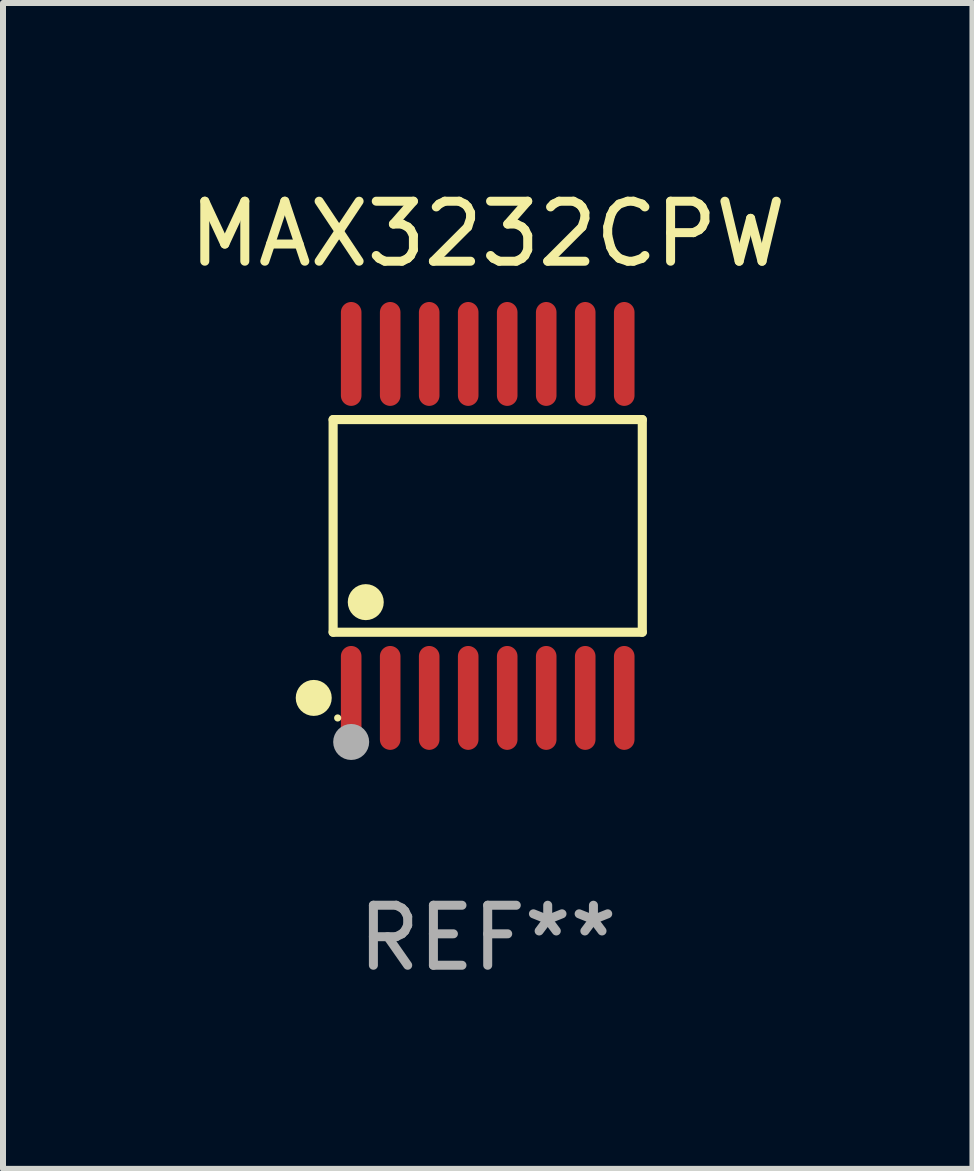
<source format=kicad_pcb>
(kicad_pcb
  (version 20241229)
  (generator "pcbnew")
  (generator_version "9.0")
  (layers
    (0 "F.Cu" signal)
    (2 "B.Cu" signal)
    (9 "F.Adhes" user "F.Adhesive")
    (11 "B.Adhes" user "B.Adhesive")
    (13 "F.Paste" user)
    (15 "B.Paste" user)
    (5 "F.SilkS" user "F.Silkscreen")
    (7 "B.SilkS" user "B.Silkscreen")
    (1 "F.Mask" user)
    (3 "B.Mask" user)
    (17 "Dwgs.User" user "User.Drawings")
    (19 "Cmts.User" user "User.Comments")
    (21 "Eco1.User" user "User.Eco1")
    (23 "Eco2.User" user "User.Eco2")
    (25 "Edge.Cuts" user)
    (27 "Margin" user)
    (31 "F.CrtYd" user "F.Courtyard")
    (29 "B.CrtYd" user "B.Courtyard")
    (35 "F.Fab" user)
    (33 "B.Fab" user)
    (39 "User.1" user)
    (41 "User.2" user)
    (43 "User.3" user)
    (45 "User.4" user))
  (footprint "MAX3232CPW"
    (layer "F.Cu")
    (at 5.077 5.714)
    (property "Reference" "MAX3232CPW" (at 0 -4.866 0) (layer "F.SilkS") (effects (font (size 1 1) (thickness 0.15))))
    (attr through_hole)
    (fp_line (start -2.576 -1.772) (end 2.576 -1.772) (stroke (width 0.152) (type solid)) (layer "F.SilkS"))
    (fp_line (start -2.576 1.771) (end -2.576 -1.772) (stroke (width 0.152) (type solid)) (layer "F.SilkS"))
    (fp_line (start 2.576 -1.772) (end 2.576 1.771) (stroke (width 0.152) (type solid)) (layer "F.SilkS"))
    (fp_line (start 2.576 1.771) (end -2.576 1.771) (stroke (width 0.152) (type solid)) (layer "F.SilkS"))
    (fp_circle (center -2.899 2.866) (end -2.749 2.866) (stroke (width 0.3) (type solid)) (fill no) (layer "F.SilkS"))
    (fp_circle (center -2.5 3.2) (end -2.47 3.2) (stroke (width 0.06) (type solid)) (fill no) (layer "F.SilkS"))
    (fp_circle (center -2.032 1.27) (end -1.882 1.27) (stroke (width 0.3) (type solid)) (fill no) (layer "F.SilkS"))
    (fp_circle (center -2.275 3.6) (end -2.125 3.6) (stroke (width 0.3) (type solid)) (fill no) (layer "F.Fab"))
    (fp_text user "REF**" (at 0 6.866 0) (layer "F.Fab") (effects (font (size 1 1) (thickness 0.15))))
    (pad "1" smd oval (at -2.275 2.866) (size 0.343 1.731) (layers "F.Cu" "F.Mask" "F.Paste"))
    (pad "2" smd oval (at -1.625 2.866) (size 0.343 1.731) (layers "F.Cu" "F.Mask" "F.Paste"))
    (pad "3" smd oval (at -0.975 2.866) (size 0.343 1.731) (layers "F.Cu" "F.Mask" "F.Paste"))
    (pad "4" smd oval (at -0.325 2.866) (size 0.343 1.731) (layers "F.Cu" "F.Mask" "F.Paste"))
    (pad "5" smd oval (at 0.325 2.866) (size 0.343 1.731) (layers "F.Cu" "F.Mask" "F.Paste"))
    (pad "6" smd oval (at 0.975 2.866) (size 0.343 1.731) (layers "F.Cu" "F.Mask" "F.Paste"))
    (pad "7" smd oval (at 1.625 2.866) (size 0.343 1.731) (layers "F.Cu" "F.Mask" "F.Paste"))
    (pad "8" smd oval (at 2.275 2.866) (size 0.343 1.731) (layers "F.Cu" "F.Mask" "F.Paste"))
    (pad "9" smd oval (at 2.275 -2.866) (size 0.343 1.731) (layers "F.Cu" "F.Mask" "F.Paste"))
    (pad "10" smd oval (at 1.625 -2.866) (size 0.343 1.731) (layers "F.Cu" "F.Mask" "F.Paste"))
    (pad "11" smd oval (at 0.975 -2.866) (size 0.343 1.731) (layers "F.Cu" "F.Mask" "F.Paste"))
    (pad "12" smd oval (at 0.325 -2.866) (size 0.343 1.731) (layers "F.Cu" "F.Mask" "F.Paste"))
    (pad "13" smd oval (at -0.325 -2.866) (size 0.343 1.731) (layers "F.Cu" "F.Mask" "F.Paste"))
    (pad "14" smd oval (at -0.975 -2.866) (size 0.343 1.731) (layers "F.Cu" "F.Mask" "F.Paste"))
    (pad "15" smd oval (at -1.625 -2.866) (size 0.343 1.731) (layers "F.Cu" "F.Mask" "F.Paste"))
    (pad "16" smd oval (at -2.275 -2.866) (size 0.343 1.731) (layers "F.Cu" "F.Mask" "F.Paste")))
  (gr_rect
    (start -3 -3)
    (end 13.155 16.428)
    (stroke (width 0.1) (type default))
    (fill no)
    (layer "Edge.Cuts")))
</source>
